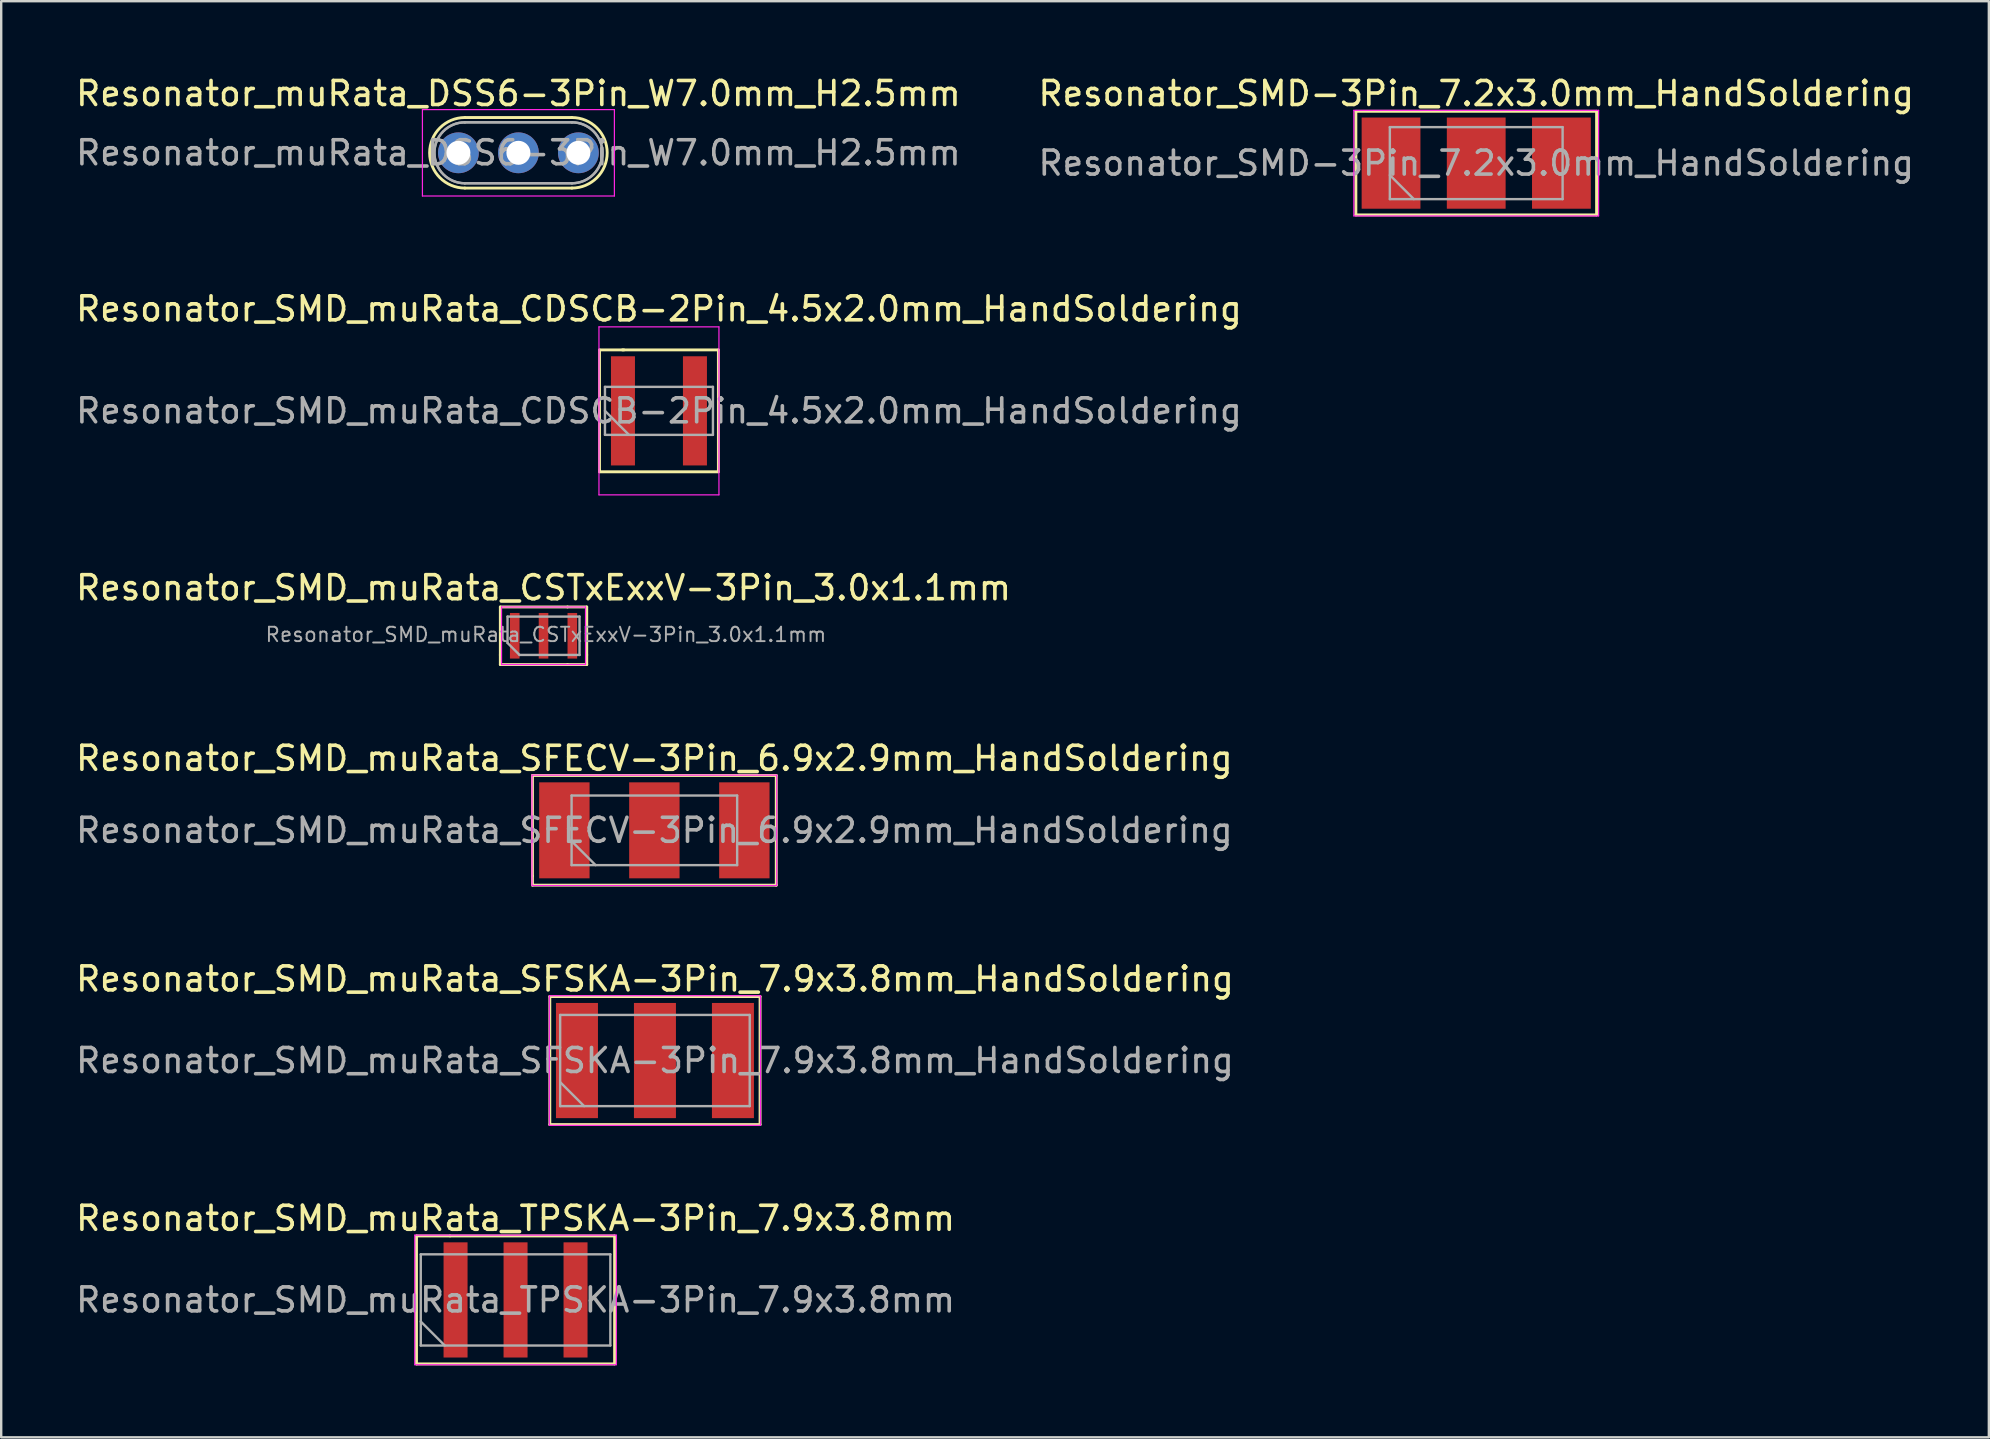
<source format=kicad_pcb>
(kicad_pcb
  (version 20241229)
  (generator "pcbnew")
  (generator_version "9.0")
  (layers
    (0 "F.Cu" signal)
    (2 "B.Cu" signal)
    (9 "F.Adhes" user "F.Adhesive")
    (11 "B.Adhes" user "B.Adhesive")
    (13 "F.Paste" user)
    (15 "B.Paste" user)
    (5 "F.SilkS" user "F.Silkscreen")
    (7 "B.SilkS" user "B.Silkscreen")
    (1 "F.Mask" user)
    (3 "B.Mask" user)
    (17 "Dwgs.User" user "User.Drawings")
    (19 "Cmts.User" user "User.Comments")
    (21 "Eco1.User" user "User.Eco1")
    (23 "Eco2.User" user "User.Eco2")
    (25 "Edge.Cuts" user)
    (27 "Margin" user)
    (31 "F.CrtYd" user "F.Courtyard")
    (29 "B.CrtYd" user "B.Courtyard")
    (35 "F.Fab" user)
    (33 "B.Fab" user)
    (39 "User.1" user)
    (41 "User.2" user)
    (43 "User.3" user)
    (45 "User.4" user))
  (footprint "Resonator_SMD_muRata_CDSCB-2Pin_4.5x2.0mm_HandSoldering"
    (layer "F.Cu")
    (at 24.411 14.072)
    (property "Reference" "Resonator_SMD_muRata_CDSCB-2Pin_4.5x2.0mm_HandSoldering" (at 0 -4.25 0) (layer "F.SilkS") (effects (font (size 1 1) (thickness 0.15))))
    (attr smd)
    (fp_line (start -2.477 -2.54) (end -2.477 2.477) (stroke (width 0.12) (type solid)) (layer "F.SilkS"))
    (fp_line (start -2.477 2.477) (end -2.477 2.54) (stroke (width 0.12) (type solid)) (layer "F.SilkS"))
    (fp_line (start -2.477 2.54) (end 2.477 2.54) (stroke (width 0.12) (type solid)) (layer "F.SilkS"))
    (fp_line (start -1.46 -2.54) (end -2.477 -2.54) (stroke (width 0.12) (type solid)) (layer "F.SilkS"))
    (fp_line (start 2.477 -2.54) (end -1.524 -2.54) (stroke (width 0.12) (type solid)) (layer "F.SilkS"))
    (fp_line (start 2.477 2.54) (end 2.477 -2.54) (stroke (width 0.12) (type solid)) (layer "F.SilkS"))
    (fp_line (start -2.5 -3.5) (end -2.5 3.5) (stroke (width 0.05) (type solid)) (layer "F.CrtYd"))
    (fp_line (start -2.5 3.5) (end 2.5 3.5) (stroke (width 0.05) (type solid)) (layer "F.CrtYd"))
    (fp_line (start 2.5 -3.5) (end -2.5 -3.5) (stroke (width 0.05) (type solid)) (layer "F.CrtYd"))
    (fp_line (start 2.5 3.5) (end 2.5 -3.5) (stroke (width 0.05) (type solid)) (layer "F.CrtYd"))
    (fp_line (start -2.25 -1) (end -2.25 1) (stroke (width 0.1) (type solid)) (layer "F.Fab"))
    (fp_line (start -2.25 0) (end -1.25 1) (stroke (width 0.1) (type solid)) (layer "F.Fab"))
    (fp_line (start -2.25 1) (end 2.25 1) (stroke (width 0.1) (type solid)) (layer "F.Fab"))
    (fp_line (start 2.25 -1) (end -2.25 -1) (stroke (width 0.1) (type solid)) (layer "F.Fab"))
    (fp_line (start 2.25 1) (end 2.25 -1) (stroke (width 0.1) (type solid)) (layer "F.Fab"))
    (fp_text user "${REFERENCE}" (at 0 0 0) (layer "F.Fab") (effects (font (size 1 1) (thickness 0.15))))
    (pad "1" smd rect (at -1.5 0) (size 1 4.55) (layers "F.Cu" "F.Mask" "F.Paste"))
    (pad "2" smd rect (at 1.5 0) (size 1 4.55) (layers "F.Cu" "F.Mask" "F.Paste")))
  (footprint "Resonator_muRata_DSS6-3Pin_W7.0mm_H2.5mm"
    (layer "F.Cu")
    (at 16.054 3.318)
    (property "Reference" "Resonator_muRata_DSS6-3Pin_W7.0mm_H2.5mm" (at 2.5 -2.47 0) (layer "F.SilkS") (effects (font (size 1 1) (thickness 0.15))))
    (attr through_hole)
    (fp_line (start 0.27 -1.47) (end 4.73 -1.47) (stroke (width 0.12) (type solid)) (layer "F.SilkS"))
    (fp_line (start 0.27 1.47) (end 4.73 1.47) (stroke (width 0.12) (type solid)) (layer "F.SilkS"))
    (fp_arc (start 0.27 1.47) (mid -1.2 0) (end 0.27 -1.47) (stroke (width 0.12) (type solid)) (layer "F.SilkS"))
    (fp_arc (start 4.73 -1.47) (mid 6.2 0) (end 4.73 1.47) (stroke (width 0.12) (type solid)) (layer "F.SilkS"))
    (fp_line (start -1.5 -1.8) (end -1.5 1.8) (stroke (width 0.05) (type solid)) (layer "F.CrtYd"))
    (fp_line (start -1.5 1.8) (end 6.5 1.8) (stroke (width 0.05) (type solid)) (layer "F.CrtYd"))
    (fp_line (start 6.5 -1.8) (end -1.5 -1.8) (stroke (width 0.05) (type solid)) (layer "F.CrtYd"))
    (fp_line (start 6.5 1.8) (end 6.5 -1.8) (stroke (width 0.05) (type solid)) (layer "F.CrtYd"))
    (fp_line (start 0.27 -1.27) (end 4.73 -1.27) (stroke (width 0.1) (type solid)) (layer "F.Fab"))
    (fp_line (start 0.27 -1.27) (end 4.73 -1.27) (stroke (width 0.1) (type solid)) (layer "F.Fab"))
    (fp_line (start 0.27 1.27) (end 4.73 1.27) (stroke (width 0.1) (type solid)) (layer "F.Fab"))
    (fp_line (start 0.27 1.27) (end 4.73 1.27) (stroke (width 0.1) (type solid)) (layer "F.Fab"))
    (fp_arc (start 0.27 1.27) (mid -1 0) (end 0.27 -1.27) (stroke (width 0.1) (type solid)) (layer "F.Fab"))
    (fp_arc (start 0.27 1.27) (mid -1 0) (end 0.27 -1.27) (stroke (width 0.1) (type solid)) (layer "F.Fab"))
    (fp_arc (start 4.73 -1.27) (mid 6 0) (end 4.73 1.27) (stroke (width 0.1) (type solid)) (layer "F.Fab"))
    (fp_arc (start 4.73 -1.27) (mid 6 0) (end 4.73 1.27) (stroke (width 0.1) (type solid)) (layer "F.Fab"))
    (fp_text user "${REFERENCE}" (at 2.5 0 0) (layer "F.Fab") (effects (font (size 1 1) (thickness 0.15))))
    (pad "1" thru_hole circle (at 0 0) (size 1.7 1.7) (drill 1) (layers "*.Cu" "*.Mask"))
    (pad "2" thru_hole circle (at 2.5 0) (size 1.7 1.7) (drill 1) (layers "*.Cu" "*.Mask"))
    (pad "3" thru_hole circle (at 5 0) (size 1.7 1.7) (drill 1) (layers "*.Cu" "*.Mask")))
  (footprint "Resonator_SMD-3Pin_7.2x3.0mm_HandSoldering"
    (layer "F.Cu")
    (at 58.47 3.748)
    (property "Reference" "Resonator_SMD-3Pin_7.2x3.0mm_HandSoldering" (at 0 -2.9 0) (layer "F.SilkS") (effects (font (size 1 1) (thickness 0.15))))
    (attr smd)
    (fp_line (start -5.016 -2.159) (end 5.016 -2.159) (stroke (width 0.12) (type solid)) (layer "F.SilkS"))
    (fp_line (start -5.016 2.159) (end -5.016 -2.159) (stroke (width 0.12) (type solid)) (layer "F.SilkS"))
    (fp_line (start 5.016 -2.159) (end 5.016 2.159) (stroke (width 0.12) (type solid)) (layer "F.SilkS"))
    (fp_line (start 5.016 2.159) (end -5.016 2.159) (stroke (width 0.12) (type solid)) (layer "F.SilkS"))
    (fp_line (start -5.1 -2.2) (end -5.1 2.2) (stroke (width 0.05) (type solid)) (layer "F.CrtYd"))
    (fp_line (start -5.1 2.2) (end 5.1 2.2) (stroke (width 0.05) (type solid)) (layer "F.CrtYd"))
    (fp_line (start 5.1 -2.2) (end -5.1 -2.2) (stroke (width 0.05) (type solid)) (layer "F.CrtYd"))
    (fp_line (start 5.1 2.2) (end 5.1 -2.2) (stroke (width 0.05) (type solid)) (layer "F.CrtYd"))
    (fp_line (start -3.6 -1.5) (end -3.6 1.5) (stroke (width 0.1) (type solid)) (layer "F.Fab"))
    (fp_line (start -3.6 0.5) (end -2.6 1.5) (stroke (width 0.1) (type solid)) (layer "F.Fab"))
    (fp_line (start -3.6 1.5) (end 3.6 1.5) (stroke (width 0.1) (type solid)) (layer "F.Fab"))
    (fp_line (start 3.6 -1.5) (end -3.6 -1.5) (stroke (width 0.1) (type solid)) (layer "F.Fab"))
    (fp_line (start 3.6 1.5) (end 3.6 -1.5) (stroke (width 0.1) (type solid)) (layer "F.Fab"))
    (fp_text user "${REFERENCE}" (at 0 0 0) (layer "F.Fab") (effects (font (size 1 1) (thickness 0.15))))
    (pad "1" smd rect (at -3.55 0) (size 2.45 3.8) (layers "F.Cu" "F.Mask" "F.Paste"))
    (pad "2" smd rect (at 0 0) (size 2.45 3.8) (layers "F.Cu" "F.Mask" "F.Paste"))
    (pad "3" smd rect (at 3.55 0) (size 2.45 3.8) (layers "F.Cu" "F.Mask" "F.Paste")))
  (footprint "Resonator_SMD_muRata_SFECV-3Pin_6.9x2.9mm_HandSoldering"
    (layer "F.Cu")
    (at 24.22 31.553)
    (property "Reference" "Resonator_SMD_muRata_SFECV-3Pin_6.9x2.9mm_HandSoldering" (at 0 -3 0) (layer "F.SilkS") (effects (font (size 1 1) (thickness 0.15))))
    (attr smd)
    (fp_line (start -5.08 -2.286) (end -5.08 1.905) (stroke (width 0.12) (type solid)) (layer "F.SilkS"))
    (fp_line (start -5.08 1.905) (end -5.08 2.286) (stroke (width 0.12) (type solid)) (layer "F.SilkS"))
    (fp_line (start -5.08 2.286) (end 5.08 2.286) (stroke (width 0.12) (type solid)) (layer "F.SilkS"))
    (fp_line (start 5.08 -2.286) (end -5.08 -2.286) (stroke (width 0.12) (type solid)) (layer "F.SilkS"))
    (fp_line (start 5.08 2.286) (end 5.08 -2.286) (stroke (width 0.12) (type solid)) (layer "F.SilkS"))
    (fp_line (start -5.1 -2.3) (end -5.1 2.3) (stroke (width 0.05) (type solid)) (layer "F.CrtYd"))
    (fp_line (start -5.1 2.3) (end 5.1 2.3) (stroke (width 0.05) (type solid)) (layer "F.CrtYd"))
    (fp_line (start 5.1 -2.3) (end -5.1 -2.3) (stroke (width 0.05) (type solid)) (layer "F.CrtYd"))
    (fp_line (start 5.1 2.3) (end 5.1 -2.3) (stroke (width 0.05) (type solid)) (layer "F.CrtYd"))
    (fp_line (start -3.45 -1.45) (end -3.45 1.45) (stroke (width 0.1) (type solid)) (layer "F.Fab"))
    (fp_line (start -3.45 0.45) (end -2.45 1.45) (stroke (width 0.1) (type solid)) (layer "F.Fab"))
    (fp_line (start -3.45 1.45) (end 3.45 1.45) (stroke (width 0.1) (type solid)) (layer "F.Fab"))
    (fp_line (start 3.45 -1.45) (end -3.45 -1.45) (stroke (width 0.1) (type solid)) (layer "F.Fab"))
    (fp_line (start 3.45 1.45) (end 3.45 -1.45) (stroke (width 0.1) (type solid)) (layer "F.Fab"))
    (fp_text user "${REFERENCE}" (at 0 0 0) (layer "F.Fab") (effects (font (size 1 1) (thickness 0.15))))
    (pad "1" smd rect (at -3.75 0) (size 2.1 4) (layers "F.Cu" "F.Mask" "F.Paste"))
    (pad "2" smd rect (at 0 0) (size 2.1 4) (layers "F.Cu" "F.Mask" "F.Paste"))
    (pad "3" smd rect (at 3.75 0) (size 2.1 4) (layers "F.Cu" "F.Mask" "F.Paste")))
  (footprint "Resonator_SMD_muRata_SFSKA-3Pin_7.9x3.8mm_HandSoldering"
    (layer "F.Cu")
    (at 24.244 41.147)
    (property "Reference" "Resonator_SMD_muRata_SFSKA-3Pin_7.9x3.8mm_HandSoldering" (at 0 -3.4 0) (layer "F.SilkS") (effects (font (size 1 1) (thickness 0.15))))
    (attr smd)
    (fp_line (start -4.381 -2.667) (end 4.381 -2.667) (stroke (width 0.12) (type solid)) (layer "F.SilkS"))
    (fp_line (start -4.381 2.667) (end -4.381 -2.667) (stroke (width 0.12) (type solid)) (layer "F.SilkS"))
    (fp_line (start 4.381 -2.667) (end 4.381 2.667) (stroke (width 0.12) (type solid)) (layer "F.SilkS"))
    (fp_line (start 4.381 2.667) (end -4.381 2.667) (stroke (width 0.12) (type solid)) (layer "F.SilkS"))
    (fp_line (start -4.4 -2.7) (end -4.4 2.7) (stroke (width 0.05) (type solid)) (layer "F.CrtYd"))
    (fp_line (start -4.4 2.7) (end 4.4 2.7) (stroke (width 0.05) (type solid)) (layer "F.CrtYd"))
    (fp_line (start 4.4 -2.7) (end -4.4 -2.7) (stroke (width 0.05) (type solid)) (layer "F.CrtYd"))
    (fp_line (start 4.4 2.7) (end 4.4 -2.7) (stroke (width 0.05) (type solid)) (layer "F.CrtYd"))
    (fp_line (start -3.95 -1.9) (end -3.95 1.9) (stroke (width 0.1) (type solid)) (layer "F.Fab"))
    (fp_line (start -3.95 0.9) (end -2.95 1.9) (stroke (width 0.1) (type solid)) (layer "F.Fab"))
    (fp_line (start -3.95 1.9) (end 3.95 1.9) (stroke (width 0.1) (type solid)) (layer "F.Fab"))
    (fp_line (start 3.95 -1.9) (end -3.95 -1.9) (stroke (width 0.1) (type solid)) (layer "F.Fab"))
    (fp_line (start 3.95 1.9) (end 3.95 -1.9) (stroke (width 0.1) (type solid)) (layer "F.Fab"))
    (fp_text user "${REFERENCE}" (at 0 0 0) (layer "F.Fab") (effects (font (size 1 1) (thickness 0.15))))
    (pad "1" smd rect (at -3.25 0) (size 1.75 4.8) (layers "F.Cu" "F.Mask" "F.Paste"))
    (pad "2" smd rect (at 0 0) (size 1.75 4.8) (layers "F.Cu" "F.Mask" "F.Paste"))
    (pad "3" smd rect (at 3.25 0) (size 1.75 4.8) (layers "F.Cu" "F.Mask" "F.Paste")))
  (footprint "Resonator_SMD_muRata_CSTxExxV-3Pin_3.0x1.1mm"
    (layer "F.Cu")
    (at 19.601 23.445)
    (property "Reference" "Resonator_SMD_muRata_CSTxExxV-3Pin_3.0x1.1mm" (at 0 -2 0) (layer "F.SilkS") (effects (font (size 1 1) (thickness 0.15))))
    (attr smd)
    (fp_line (start -1.8 -1.2) (end 1 -1.2) (stroke (width 0.12) (type solid)) (layer "F.SilkS"))
    (fp_line (start -1.8 0.8) (end -1.8 -1.2) (stroke (width 0.12) (type solid)) (layer "F.SilkS"))
    (fp_line (start -1.8 0.8) (end -1.8 1.2) (stroke (width 0.12) (type solid)) (layer "F.SilkS"))
    (fp_line (start 1 -1.2) (end 1.8 -1.2) (stroke (width 0.12) (type solid)) (layer "F.SilkS"))
    (fp_line (start 1 1.2) (end -1.8 1.2) (stroke (width 0.12) (type solid)) (layer "F.SilkS"))
    (fp_line (start 1.8 -1.2) (end 1.8 0.8) (stroke (width 0.12) (type solid)) (layer "F.SilkS"))
    (fp_line (start 1.8 0.8) (end 1.8 1.2) (stroke (width 0.12) (type solid)) (layer "F.SilkS"))
    (fp_line (start 1.8 1.2) (end 1 1.2) (stroke (width 0.12) (type solid)) (layer "F.SilkS"))
    (fp_line (start -1.75 -1.2) (end 1.75 -1.2) (stroke (width 0.05) (type solid)) (layer "F.CrtYd"))
    (fp_line (start -1.75 1.2) (end -1.75 -1.2) (stroke (width 0.05) (type solid)) (layer "F.CrtYd"))
    (fp_line (start 1.75 -1.2) (end 1.75 1.2) (stroke (width 0.05) (type solid)) (layer "F.CrtYd"))
    (fp_line (start 1.75 1.2) (end -1.75 1.2) (stroke (width 0.05) (type solid)) (layer "F.CrtYd"))
    (fp_line (start -1.5 0.3) (end -1.5 -0.8) (stroke (width 0.1) (type solid)) (layer "F.Fab"))
    (fp_line (start -1 0.8) (end -1.5 0.3) (stroke (width 0.1) (type solid)) (layer "F.Fab"))
    (fp_line (start -1 0.8) (end 1.5 0.8) (stroke (width 0.1) (type solid)) (layer "F.Fab"))
    (fp_line (start 1.5 -0.8) (end -1.5 -0.8) (stroke (width 0.1) (type solid)) (layer "F.Fab"))
    (fp_line (start 1.5 0.8) (end 1.5 -0.8) (stroke (width 0.1) (type solid)) (layer "F.Fab"))
    (fp_text user "${REFERENCE}" (at 0.1 -0.05 0) (layer "F.Fab") (effects (font (size 0.6 0.6) (thickness 0.08))))
    (pad "1" smd rect (at -1.2 0) (size 0.4 1.9) (layers "F.Cu" "F.Mask" "F.Paste"))
    (pad "2" smd rect (at 0 0) (size 0.4 1.9) (layers "F.Cu" "F.Mask" "F.Paste"))
    (pad "3" smd rect (at 1.2 0) (size 0.4 1.9) (layers "F.Cu" "F.Mask" "F.Paste")))
  (footprint "Resonator_SMD_muRata_TPSKA-3Pin_7.9x3.8mm"
    (layer "F.Cu")
    (at 18.435 51.123)
    (property "Reference" "Resonator_SMD_muRata_TPSKA-3Pin_7.9x3.8mm" (at 0 -3.4 0) (layer "F.SilkS") (effects (font (size 1 1) (thickness 0.15))))
    (attr smd)
    (fp_line (start -4.128 -2.667) (end -4.128 2.667) (stroke (width 0.12) (type solid)) (layer "F.SilkS"))
    (fp_line (start -4.128 2.667) (end 4.128 2.667) (stroke (width 0.12) (type solid)) (layer "F.SilkS"))
    (fp_line (start -2.731 -2.667) (end -4.128 -2.667) (stroke (width 0.12) (type solid)) (layer "F.SilkS"))
    (fp_line (start 4.128 -2.667) (end -2.731 -2.667) (stroke (width 0.12) (type solid)) (layer "F.SilkS"))
    (fp_line (start 4.128 2.667) (end 4.128 -2.667) (stroke (width 0.12) (type solid)) (layer "F.SilkS"))
    (fp_line (start -4.2 -2.7) (end -4.2 2.7) (stroke (width 0.05) (type solid)) (layer "F.CrtYd"))
    (fp_line (start -4.2 2.7) (end 4.2 2.7) (stroke (width 0.05) (type solid)) (layer "F.CrtYd"))
    (fp_line (start 4.2 -2.7) (end -4.2 -2.7) (stroke (width 0.05) (type solid)) (layer "F.CrtYd"))
    (fp_line (start 4.2 2.7) (end 4.2 -2.7) (stroke (width 0.05) (type solid)) (layer "F.CrtYd"))
    (fp_line (start -3.95 -1.9) (end -3.95 1.9) (stroke (width 0.1) (type solid)) (layer "F.Fab"))
    (fp_line (start -3.95 0.9) (end -2.95 1.9) (stroke (width 0.1) (type solid)) (layer "F.Fab"))
    (fp_line (start -3.95 1.9) (end 3.95 1.9) (stroke (width 0.1) (type solid)) (layer "F.Fab"))
    (fp_line (start 3.95 -1.9) (end -3.95 -1.9) (stroke (width 0.1) (type solid)) (layer "F.Fab"))
    (fp_line (start 3.95 1.9) (end 3.95 -1.9) (stroke (width 0.1) (type solid)) (layer "F.Fab"))
    (fp_text user "${REFERENCE}" (at 0 0 0) (layer "F.Fab") (effects (font (size 1 1) (thickness 0.15))))
    (pad "1" smd rect (at -2.5 0) (size 1 4.8) (layers "F.Cu" "F.Mask" "F.Paste"))
    (pad "2" smd rect (at 0 0) (size 1 4.8) (layers "F.Cu" "F.Mask" "F.Paste"))
    (pad "3" smd rect (at 2.5 0) (size 1 4.8) (layers "F.Cu" "F.Mask" "F.Paste")))
  (gr_rect
    (start -3 -3)
    (end 79.833 56.849)
    (stroke (width 0.1) (type default))
    (fill no)
    (layer "Edge.Cuts")))
</source>
